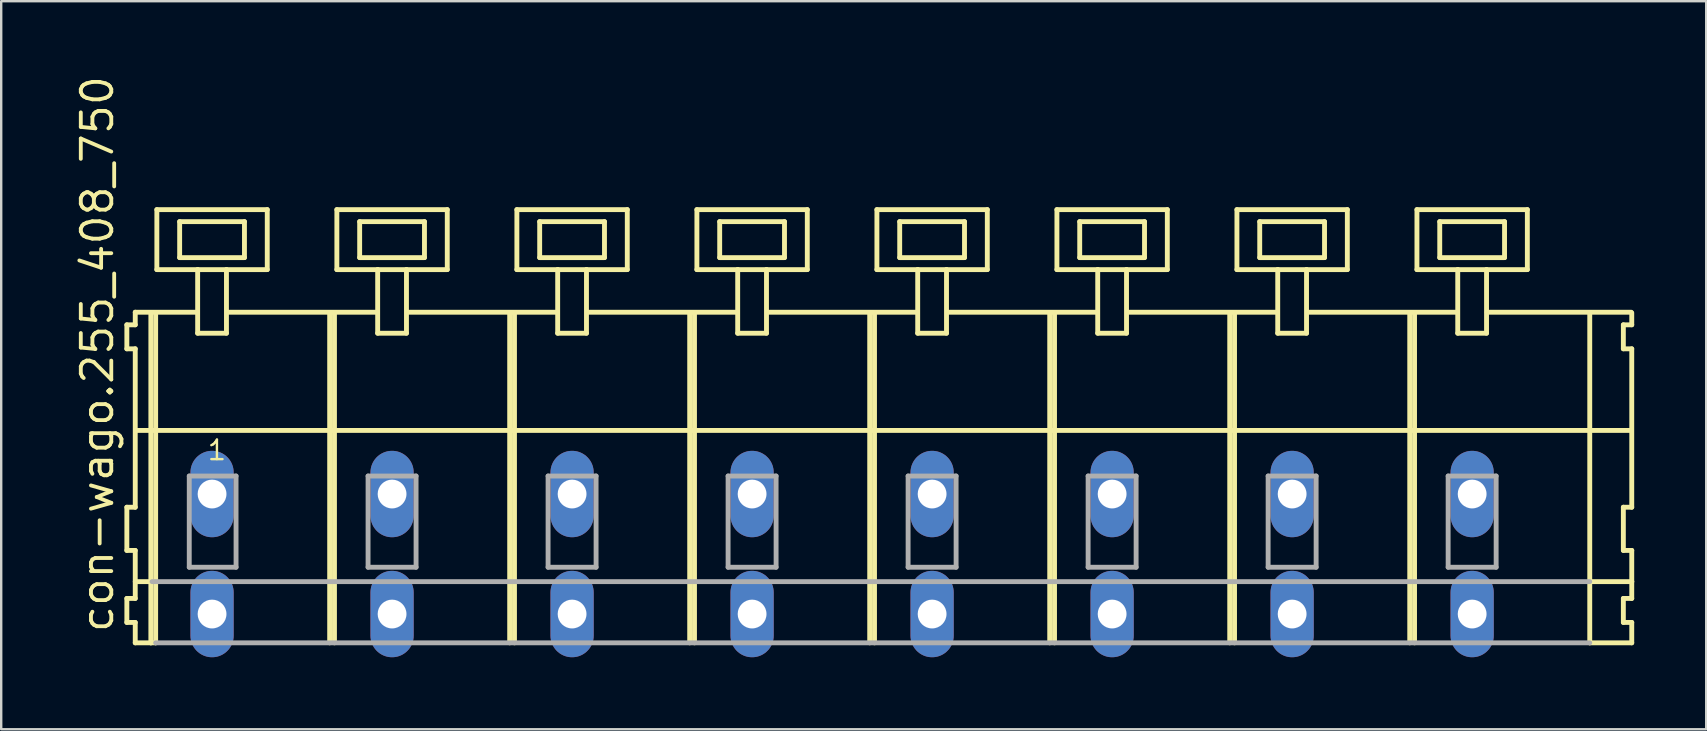
<source format=kicad_pcb>
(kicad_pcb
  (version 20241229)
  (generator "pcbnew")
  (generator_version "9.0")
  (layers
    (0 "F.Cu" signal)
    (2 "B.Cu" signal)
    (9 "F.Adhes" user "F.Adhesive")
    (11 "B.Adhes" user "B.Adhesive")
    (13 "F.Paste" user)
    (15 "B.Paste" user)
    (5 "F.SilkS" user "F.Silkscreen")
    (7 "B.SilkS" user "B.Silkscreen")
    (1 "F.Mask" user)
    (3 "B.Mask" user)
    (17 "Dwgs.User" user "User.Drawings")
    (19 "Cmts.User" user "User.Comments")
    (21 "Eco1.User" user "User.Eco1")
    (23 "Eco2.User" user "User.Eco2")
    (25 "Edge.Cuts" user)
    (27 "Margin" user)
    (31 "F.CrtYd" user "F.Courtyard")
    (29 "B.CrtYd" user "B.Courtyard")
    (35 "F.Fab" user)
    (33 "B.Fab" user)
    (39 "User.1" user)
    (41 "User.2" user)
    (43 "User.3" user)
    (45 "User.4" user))
  (footprint "con-wago.255_408_750"
    (layer "F.Cu")
    (at 33.285 17.533)
    (property "Reference" "con-wago.255_408_750" (at -31.535 5.855 90) (layer "F.SilkS") (effects (font (size 1.27 1.27) (thickness 0.16)) (justify left bottom)))
    (attr through_hole)
    (fp_line (start -31.05 -7.05) (end -31.05 -6.05) (stroke (width 0.203) (type default)) (layer "F.SilkS"))
    (fp_line (start -31.05 -6.05) (end -30.7 -6.05) (stroke (width 0.203) (type default)) (layer "F.SilkS"))
    (fp_line (start -31.05 0.55) (end -31.05 2.35) (stroke (width 0.203) (type default)) (layer "F.SilkS"))
    (fp_line (start -31.05 2.35) (end -30.7 2.35) (stroke (width 0.203) (type default)) (layer "F.SilkS"))
    (fp_line (start -31.05 4.35) (end -31.05 5.35) (stroke (width 0.203) (type default)) (layer "F.SilkS"))
    (fp_line (start -31.05 5.35) (end -30.7 5.35) (stroke (width 0.203) (type default)) (layer "F.SilkS"))
    (fp_line (start -30.7 -7.575) (end -30.7 -7.05) (stroke (width 0.203) (type default)) (layer "F.SilkS"))
    (fp_line (start -30.7 -7.575) (end -28.125 -7.575) (stroke (width 0.203) (type default)) (layer "F.SilkS"))
    (fp_line (start -30.7 -7.05) (end -31.05 -7.05) (stroke (width 0.203) (type default)) (layer "F.SilkS"))
    (fp_line (start -30.7 -6.05) (end -30.7 0.55) (stroke (width 0.203) (type default)) (layer "F.SilkS"))
    (fp_line (start -30.7 0.55) (end -31.05 0.55) (stroke (width 0.203) (type default)) (layer "F.SilkS"))
    (fp_line (start -30.7 2.35) (end -30.7 4.35) (stroke (width 0.203) (type default)) (layer "F.SilkS"))
    (fp_line (start -30.7 3.65) (end -30 3.65) (stroke (width 0.203) (type default)) (layer "F.SilkS"))
    (fp_line (start -30.7 4.35) (end -31.05 4.35) (stroke (width 0.203) (type default)) (layer "F.SilkS"))
    (fp_line (start -30.7 5.35) (end -30.7 6.2) (stroke (width 0.203) (type default)) (layer "F.SilkS"))
    (fp_line (start -30.7 6.2) (end -30.05 6.2) (stroke (width 0.203) (type default)) (layer "F.SilkS"))
    (fp_line (start -30.65 -2.65) (end 31.6 -2.65) (stroke (width 0.203) (type default)) (layer "F.SilkS"))
    (fp_line (start -30.05 -7.55) (end -30.05 6.2) (stroke (width 0.203) (type default)) (layer "F.SilkS"))
    (fp_line (start -30.05 6.2) (end -29.85 6.2) (stroke (width 0.203) (type default)) (layer "F.SilkS"))
    (fp_line (start -29.85 -7.55) (end -29.85 6.2) (stroke (width 0.203) (type default)) (layer "F.SilkS"))
    (fp_line (start -29.8 -11.85) (end -29.8 -9.35) (stroke (width 0.203) (type default)) (layer "F.SilkS"))
    (fp_line (start -29.8 -9.35) (end -28.1 -9.35) (stroke (width 0.203) (type default)) (layer "F.SilkS"))
    (fp_line (start -28.85 -11.35) (end -28.85 -9.85) (stroke (width 0.203) (type default)) (layer "F.SilkS"))
    (fp_line (start -28.85 -9.85) (end -26.15 -9.85) (stroke (width 0.203) (type default)) (layer "F.SilkS"))
    (fp_line (start -28.1 -9.35) (end -28.1 -6.7) (stroke (width 0.203) (type default)) (layer "F.SilkS"))
    (fp_line (start -28.1 -9.35) (end -26.9 -9.35) (stroke (width 0.203) (type default)) (layer "F.SilkS"))
    (fp_line (start -28.1 -6.7) (end -26.9 -6.7) (stroke (width 0.203) (type default)) (layer "F.SilkS"))
    (fp_line (start -26.9 -9.35) (end -25.2 -9.35) (stroke (width 0.203) (type default)) (layer "F.SilkS"))
    (fp_line (start -26.9 -6.7) (end -26.9 -9.35) (stroke (width 0.203) (type default)) (layer "F.SilkS"))
    (fp_line (start -26.825 -7.575) (end -20.625 -7.575) (stroke (width 0.203) (type default)) (layer "F.SilkS"))
    (fp_line (start -26.15 -11.35) (end -28.85 -11.35) (stroke (width 0.203) (type default)) (layer "F.SilkS"))
    (fp_line (start -26.15 -9.85) (end -26.15 -11.35) (stroke (width 0.203) (type default)) (layer "F.SilkS"))
    (fp_line (start -25.2 -11.85) (end -29.8 -11.85) (stroke (width 0.203) (type default)) (layer "F.SilkS"))
    (fp_line (start -25.2 -9.35) (end -25.2 -11.85) (stroke (width 0.203) (type default)) (layer "F.SilkS"))
    (fp_line (start -22.6 -7.55) (end -22.6 6.2) (stroke (width 0.203) (type default)) (layer "F.SilkS"))
    (fp_line (start -22.4 -7.55) (end -22.4 6.2) (stroke (width 0.203) (type default)) (layer "F.SilkS"))
    (fp_line (start -22.3 -11.85) (end -22.3 -9.35) (stroke (width 0.203) (type default)) (layer "F.SilkS"))
    (fp_line (start -22.3 -9.35) (end -20.6 -9.35) (stroke (width 0.203) (type default)) (layer "F.SilkS"))
    (fp_line (start -21.35 -11.35) (end -21.35 -9.85) (stroke (width 0.203) (type default)) (layer "F.SilkS"))
    (fp_line (start -21.35 -9.85) (end -18.65 -9.85) (stroke (width 0.203) (type default)) (layer "F.SilkS"))
    (fp_line (start -20.6 -9.35) (end -20.6 -6.7) (stroke (width 0.203) (type default)) (layer "F.SilkS"))
    (fp_line (start -20.6 -9.35) (end -19.4 -9.35) (stroke (width 0.203) (type default)) (layer "F.SilkS"))
    (fp_line (start -20.6 -6.7) (end -19.4 -6.7) (stroke (width 0.203) (type default)) (layer "F.SilkS"))
    (fp_line (start -19.4 -9.35) (end -17.7 -9.35) (stroke (width 0.203) (type default)) (layer "F.SilkS"))
    (fp_line (start -19.4 -6.7) (end -19.4 -9.35) (stroke (width 0.203) (type default)) (layer "F.SilkS"))
    (fp_line (start -19.325 -7.575) (end -13.125 -7.575) (stroke (width 0.203) (type default)) (layer "F.SilkS"))
    (fp_line (start -18.65 -11.35) (end -21.35 -11.35) (stroke (width 0.203) (type default)) (layer "F.SilkS"))
    (fp_line (start -18.65 -9.85) (end -18.65 -11.35) (stroke (width 0.203) (type default)) (layer "F.SilkS"))
    (fp_line (start -17.7 -11.85) (end -22.3 -11.85) (stroke (width 0.203) (type default)) (layer "F.SilkS"))
    (fp_line (start -17.7 -9.35) (end -17.7 -11.85) (stroke (width 0.203) (type default)) (layer "F.SilkS"))
    (fp_line (start -15.1 -7.55) (end -15.1 6.2) (stroke (width 0.203) (type default)) (layer "F.SilkS"))
    (fp_line (start -14.9 -7.55) (end -14.9 6.2) (stroke (width 0.203) (type default)) (layer "F.SilkS"))
    (fp_line (start -14.8 -11.85) (end -14.8 -9.35) (stroke (width 0.203) (type default)) (layer "F.SilkS"))
    (fp_line (start -14.8 -9.35) (end -13.1 -9.35) (stroke (width 0.203) (type default)) (layer "F.SilkS"))
    (fp_line (start -13.85 -11.35) (end -13.85 -9.85) (stroke (width 0.203) (type default)) (layer "F.SilkS"))
    (fp_line (start -13.85 -9.85) (end -11.15 -9.85) (stroke (width 0.203) (type default)) (layer "F.SilkS"))
    (fp_line (start -13.1 -9.35) (end -13.1 -6.7) (stroke (width 0.203) (type default)) (layer "F.SilkS"))
    (fp_line (start -13.1 -9.35) (end -11.9 -9.35) (stroke (width 0.203) (type default)) (layer "F.SilkS"))
    (fp_line (start -13.1 -6.7) (end -11.9 -6.7) (stroke (width 0.203) (type default)) (layer "F.SilkS"))
    (fp_line (start -11.9 -9.35) (end -10.2 -9.35) (stroke (width 0.203) (type default)) (layer "F.SilkS"))
    (fp_line (start -11.9 -6.7) (end -11.9 -9.35) (stroke (width 0.203) (type default)) (layer "F.SilkS"))
    (fp_line (start -11.825 -7.575) (end -5.625 -7.575) (stroke (width 0.203) (type default)) (layer "F.SilkS"))
    (fp_line (start -11.15 -11.35) (end -13.85 -11.35) (stroke (width 0.203) (type default)) (layer "F.SilkS"))
    (fp_line (start -11.15 -9.85) (end -11.15 -11.35) (stroke (width 0.203) (type default)) (layer "F.SilkS"))
    (fp_line (start -10.2 -11.85) (end -14.8 -11.85) (stroke (width 0.203) (type default)) (layer "F.SilkS"))
    (fp_line (start -10.2 -9.35) (end -10.2 -11.85) (stroke (width 0.203) (type default)) (layer "F.SilkS"))
    (fp_line (start -7.6 -7.55) (end -7.6 6.2) (stroke (width 0.203) (type default)) (layer "F.SilkS"))
    (fp_line (start -7.4 -7.55) (end -7.4 6.2) (stroke (width 0.203) (type default)) (layer "F.SilkS"))
    (fp_line (start -7.3 -11.85) (end -7.3 -9.35) (stroke (width 0.203) (type default)) (layer "F.SilkS"))
    (fp_line (start -7.3 -9.35) (end -5.6 -9.35) (stroke (width 0.203) (type default)) (layer "F.SilkS"))
    (fp_line (start -6.35 -11.35) (end -6.35 -9.85) (stroke (width 0.203) (type default)) (layer "F.SilkS"))
    (fp_line (start -6.35 -9.85) (end -3.65 -9.85) (stroke (width 0.203) (type default)) (layer "F.SilkS"))
    (fp_line (start -5.6 -9.35) (end -5.6 -6.7) (stroke (width 0.203) (type default)) (layer "F.SilkS"))
    (fp_line (start -5.6 -9.35) (end -4.4 -9.35) (stroke (width 0.203) (type default)) (layer "F.SilkS"))
    (fp_line (start -5.6 -6.7) (end -4.4 -6.7) (stroke (width 0.203) (type default)) (layer "F.SilkS"))
    (fp_line (start -4.4 -9.35) (end -2.7 -9.35) (stroke (width 0.203) (type default)) (layer "F.SilkS"))
    (fp_line (start -4.4 -6.7) (end -4.4 -9.35) (stroke (width 0.203) (type default)) (layer "F.SilkS"))
    (fp_line (start -4.325 -7.575) (end 1.875 -7.575) (stroke (width 0.203) (type default)) (layer "F.SilkS"))
    (fp_line (start -3.65 -11.35) (end -6.35 -11.35) (stroke (width 0.203) (type default)) (layer "F.SilkS"))
    (fp_line (start -3.65 -9.85) (end -3.65 -11.35) (stroke (width 0.203) (type default)) (layer "F.SilkS"))
    (fp_line (start -2.7 -11.85) (end -7.3 -11.85) (stroke (width 0.203) (type default)) (layer "F.SilkS"))
    (fp_line (start -2.7 -9.35) (end -2.7 -11.85) (stroke (width 0.203) (type default)) (layer "F.SilkS"))
    (fp_line (start -0.1 -7.55) (end -0.1 6.2) (stroke (width 0.203) (type default)) (layer "F.SilkS"))
    (fp_line (start 0.1 -7.55) (end 0.1 6.2) (stroke (width 0.203) (type default)) (layer "F.SilkS"))
    (fp_line (start 0.2 -11.85) (end 0.2 -9.35) (stroke (width 0.203) (type default)) (layer "F.SilkS"))
    (fp_line (start 0.2 -9.35) (end 1.9 -9.35) (stroke (width 0.203) (type default)) (layer "F.SilkS"))
    (fp_line (start 1.15 -11.35) (end 1.15 -9.85) (stroke (width 0.203) (type default)) (layer "F.SilkS"))
    (fp_line (start 1.15 -9.85) (end 3.85 -9.85) (stroke (width 0.203) (type default)) (layer "F.SilkS"))
    (fp_line (start 1.9 -9.35) (end 1.9 -6.7) (stroke (width 0.203) (type default)) (layer "F.SilkS"))
    (fp_line (start 1.9 -9.35) (end 3.1 -9.35) (stroke (width 0.203) (type default)) (layer "F.SilkS"))
    (fp_line (start 1.9 -6.7) (end 3.1 -6.7) (stroke (width 0.203) (type default)) (layer "F.SilkS"))
    (fp_line (start 3.1 -9.35) (end 4.8 -9.35) (stroke (width 0.203) (type default)) (layer "F.SilkS"))
    (fp_line (start 3.1 -6.7) (end 3.1 -9.35) (stroke (width 0.203) (type default)) (layer "F.SilkS"))
    (fp_line (start 3.175 -7.575) (end 9.375 -7.575) (stroke (width 0.203) (type default)) (layer "F.SilkS"))
    (fp_line (start 3.85 -11.35) (end 1.15 -11.35) (stroke (width 0.203) (type default)) (layer "F.SilkS"))
    (fp_line (start 3.85 -9.85) (end 3.85 -11.35) (stroke (width 0.203) (type default)) (layer "F.SilkS"))
    (fp_line (start 4.8 -11.85) (end 0.2 -11.85) (stroke (width 0.203) (type default)) (layer "F.SilkS"))
    (fp_line (start 4.8 -9.35) (end 4.8 -11.85) (stroke (width 0.203) (type default)) (layer "F.SilkS"))
    (fp_line (start 7.4 -7.55) (end 7.4 6.2) (stroke (width 0.203) (type default)) (layer "F.SilkS"))
    (fp_line (start 7.6 -7.55) (end 7.6 6.2) (stroke (width 0.203) (type default)) (layer "F.SilkS"))
    (fp_line (start 7.7 -11.85) (end 7.7 -9.35) (stroke (width 0.203) (type default)) (layer "F.SilkS"))
    (fp_line (start 7.7 -9.35) (end 9.4 -9.35) (stroke (width 0.203) (type default)) (layer "F.SilkS"))
    (fp_line (start 8.65 -11.35) (end 8.65 -9.85) (stroke (width 0.203) (type default)) (layer "F.SilkS"))
    (fp_line (start 8.65 -9.85) (end 11.35 -9.85) (stroke (width 0.203) (type default)) (layer "F.SilkS"))
    (fp_line (start 9.4 -9.35) (end 9.4 -6.7) (stroke (width 0.203) (type default)) (layer "F.SilkS"))
    (fp_line (start 9.4 -9.35) (end 10.6 -9.35) (stroke (width 0.203) (type default)) (layer "F.SilkS"))
    (fp_line (start 9.4 -6.7) (end 10.6 -6.7) (stroke (width 0.203) (type default)) (layer "F.SilkS"))
    (fp_line (start 10.6 -9.35) (end 12.3 -9.35) (stroke (width 0.203) (type default)) (layer "F.SilkS"))
    (fp_line (start 10.6 -6.7) (end 10.6 -9.35) (stroke (width 0.203) (type default)) (layer "F.SilkS"))
    (fp_line (start 10.675 -7.575) (end 16.875 -7.575) (stroke (width 0.203) (type default)) (layer "F.SilkS"))
    (fp_line (start 11.35 -11.35) (end 8.65 -11.35) (stroke (width 0.203) (type default)) (layer "F.SilkS"))
    (fp_line (start 11.35 -9.85) (end 11.35 -11.35) (stroke (width 0.203) (type default)) (layer "F.SilkS"))
    (fp_line (start 12.3 -11.85) (end 7.7 -11.85) (stroke (width 0.203) (type default)) (layer "F.SilkS"))
    (fp_line (start 12.3 -9.35) (end 12.3 -11.85) (stroke (width 0.203) (type default)) (layer "F.SilkS"))
    (fp_line (start 14.9 -7.55) (end 14.9 6.2) (stroke (width 0.203) (type default)) (layer "F.SilkS"))
    (fp_line (start 15.1 -7.55) (end 15.1 6.2) (stroke (width 0.203) (type default)) (layer "F.SilkS"))
    (fp_line (start 15.2 -11.85) (end 15.2 -9.35) (stroke (width 0.203) (type default)) (layer "F.SilkS"))
    (fp_line (start 15.2 -9.35) (end 16.9 -9.35) (stroke (width 0.203) (type default)) (layer "F.SilkS"))
    (fp_line (start 16.15 -11.35) (end 16.15 -9.85) (stroke (width 0.203) (type default)) (layer "F.SilkS"))
    (fp_line (start 16.15 -9.85) (end 18.85 -9.85) (stroke (width 0.203) (type default)) (layer "F.SilkS"))
    (fp_line (start 16.9 -9.35) (end 16.9 -6.7) (stroke (width 0.203) (type default)) (layer "F.SilkS"))
    (fp_line (start 16.9 -9.35) (end 18.1 -9.35) (stroke (width 0.203) (type default)) (layer "F.SilkS"))
    (fp_line (start 16.9 -6.7) (end 18.1 -6.7) (stroke (width 0.203) (type default)) (layer "F.SilkS"))
    (fp_line (start 18.1 -9.35) (end 19.8 -9.35) (stroke (width 0.203) (type default)) (layer "F.SilkS"))
    (fp_line (start 18.1 -6.7) (end 18.1 -9.35) (stroke (width 0.203) (type default)) (layer "F.SilkS"))
    (fp_line (start 18.175 -7.575) (end 24.375 -7.575) (stroke (width 0.203) (type default)) (layer "F.SilkS"))
    (fp_line (start 18.85 -11.35) (end 16.15 -11.35) (stroke (width 0.203) (type default)) (layer "F.SilkS"))
    (fp_line (start 18.85 -9.85) (end 18.85 -11.35) (stroke (width 0.203) (type default)) (layer "F.SilkS"))
    (fp_line (start 19.8 -11.85) (end 15.2 -11.85) (stroke (width 0.203) (type default)) (layer "F.SilkS"))
    (fp_line (start 19.8 -9.35) (end 19.8 -11.85) (stroke (width 0.203) (type default)) (layer "F.SilkS"))
    (fp_line (start 22.4 -7.55) (end 22.4 6.2) (stroke (width 0.203) (type default)) (layer "F.SilkS"))
    (fp_line (start 22.6 -7.55) (end 22.6 6.2) (stroke (width 0.203) (type default)) (layer "F.SilkS"))
    (fp_line (start 22.7 -11.85) (end 22.7 -9.35) (stroke (width 0.203) (type default)) (layer "F.SilkS"))
    (fp_line (start 22.7 -9.35) (end 24.4 -9.35) (stroke (width 0.203) (type default)) (layer "F.SilkS"))
    (fp_line (start 23.65 -11.35) (end 23.65 -9.85) (stroke (width 0.203) (type default)) (layer "F.SilkS"))
    (fp_line (start 23.65 -9.85) (end 26.35 -9.85) (stroke (width 0.203) (type default)) (layer "F.SilkS"))
    (fp_line (start 24.4 -9.35) (end 24.4 -6.7) (stroke (width 0.203) (type default)) (layer "F.SilkS"))
    (fp_line (start 24.4 -9.35) (end 25.6 -9.35) (stroke (width 0.203) (type default)) (layer "F.SilkS"))
    (fp_line (start 24.4 -6.7) (end 25.6 -6.7) (stroke (width 0.203) (type default)) (layer "F.SilkS"))
    (fp_line (start 25.6 -9.35) (end 27.3 -9.35) (stroke (width 0.203) (type default)) (layer "F.SilkS"))
    (fp_line (start 25.6 -6.7) (end 25.6 -9.35) (stroke (width 0.203) (type default)) (layer "F.SilkS"))
    (fp_line (start 25.625 -7.575) (end 31.625 -7.575) (stroke (width 0.203) (type default)) (layer "F.SilkS"))
    (fp_line (start 26.35 -11.35) (end 23.65 -11.35) (stroke (width 0.203) (type default)) (layer "F.SilkS"))
    (fp_line (start 26.35 -9.85) (end 26.35 -11.35) (stroke (width 0.203) (type default)) (layer "F.SilkS"))
    (fp_line (start 27.3 -11.85) (end 22.7 -11.85) (stroke (width 0.203) (type default)) (layer "F.SilkS"))
    (fp_line (start 27.3 -9.35) (end 27.3 -11.85) (stroke (width 0.203) (type default)) (layer "F.SilkS"))
    (fp_line (start 29.9 -7.55) (end 29.9 6.2) (stroke (width 0.203) (type default)) (layer "F.SilkS"))
    (fp_line (start 29.9 6.2) (end 31.65 6.2) (stroke (width 0.203) (type default)) (layer "F.SilkS"))
    (fp_line (start 29.95 3.65) (end 31.65 3.65) (stroke (width 0.203) (type default)) (layer "F.SilkS"))
    (fp_line (start 31.3 -7.05) (end 31.3 -6.05) (stroke (width 0.203) (type default)) (layer "F.SilkS"))
    (fp_line (start 31.3 -6.05) (end 31.65 -6.05) (stroke (width 0.203) (type default)) (layer "F.SilkS"))
    (fp_line (start 31.3 0.55) (end 31.3 2.35) (stroke (width 0.203) (type default)) (layer "F.SilkS"))
    (fp_line (start 31.3 2.35) (end 31.65 2.35) (stroke (width 0.203) (type default)) (layer "F.SilkS"))
    (fp_line (start 31.3 4.35) (end 31.3 5.35) (stroke (width 0.203) (type default)) (layer "F.SilkS"))
    (fp_line (start 31.3 5.35) (end 31.65 5.35) (stroke (width 0.203) (type default)) (layer "F.SilkS"))
    (fp_line (start 31.65 -7.05) (end 31.3 -7.05) (stroke (width 0.203) (type default)) (layer "F.SilkS"))
    (fp_line (start 31.65 -7.05) (end 31.65 -7.55) (stroke (width 0.203) (type default)) (layer "F.SilkS"))
    (fp_line (start 31.65 0.55) (end 31.3 0.55) (stroke (width 0.203) (type default)) (layer "F.SilkS"))
    (fp_line (start 31.65 0.55) (end 31.65 -6.05) (stroke (width 0.203) (type default)) (layer "F.SilkS"))
    (fp_line (start 31.65 3.65) (end 31.65 2.35) (stroke (width 0.203) (type default)) (layer "F.SilkS"))
    (fp_line (start 31.65 4.35) (end 31.3 4.35) (stroke (width 0.203) (type default)) (layer "F.SilkS"))
    (fp_line (start 31.65 4.35) (end 31.65 3.65) (stroke (width 0.203) (type default)) (layer "F.SilkS"))
    (fp_line (start 31.65 6.2) (end 31.65 5.35) (stroke (width 0.203) (type default)) (layer "F.SilkS"))
    (fp_line (start -30 3.65) (end 29.9 3.65) (stroke (width 0.203) (type default)) (layer "F.Fab"))
    (fp_line (start -29.85 6.2) (end 29.9 6.2) (stroke (width 0.203) (type default)) (layer "F.Fab"))
    (fp_line (start -28.45 -0.75) (end -28.45 3.05) (stroke (width 0.203) (type default)) (layer "F.Fab"))
    (fp_line (start -28.45 3.05) (end -26.5 3.05) (stroke (width 0.203) (type default)) (layer "F.Fab"))
    (fp_line (start -26.5 -0.75) (end -28.45 -0.75) (stroke (width 0.203) (type default)) (layer "F.Fab"))
    (fp_line (start -26.5 3.05) (end -26.5 -0.75) (stroke (width 0.203) (type default)) (layer "F.Fab"))
    (fp_line (start -21 -0.75) (end -21 3.05) (stroke (width 0.203) (type default)) (layer "F.Fab"))
    (fp_line (start -21 3.05) (end -19 3.05) (stroke (width 0.203) (type default)) (layer "F.Fab"))
    (fp_line (start -19 -0.75) (end -21 -0.75) (stroke (width 0.203) (type default)) (layer "F.Fab"))
    (fp_line (start -19 3.05) (end -19 -0.75) (stroke (width 0.203) (type default)) (layer "F.Fab"))
    (fp_line (start -13.5 -0.75) (end -13.5 3.05) (stroke (width 0.203) (type default)) (layer "F.Fab"))
    (fp_line (start -13.5 3.05) (end -11.5 3.05) (stroke (width 0.203) (type default)) (layer "F.Fab"))
    (fp_line (start -11.5 -0.75) (end -13.5 -0.75) (stroke (width 0.203) (type default)) (layer "F.Fab"))
    (fp_line (start -11.5 3.05) (end -11.5 -0.75) (stroke (width 0.203) (type default)) (layer "F.Fab"))
    (fp_line (start -6 -0.75) (end -6 3.05) (stroke (width 0.203) (type default)) (layer "F.Fab"))
    (fp_line (start -6 3.05) (end -4 3.05) (stroke (width 0.203) (type default)) (layer "F.Fab"))
    (fp_line (start -4 -0.75) (end -6 -0.75) (stroke (width 0.203) (type default)) (layer "F.Fab"))
    (fp_line (start -4 3.05) (end -4 -0.75) (stroke (width 0.203) (type default)) (layer "F.Fab"))
    (fp_line (start 1.5 -0.75) (end 1.5 3.05) (stroke (width 0.203) (type default)) (layer "F.Fab"))
    (fp_line (start 1.5 3.05) (end 3.5 3.05) (stroke (width 0.203) (type default)) (layer "F.Fab"))
    (fp_line (start 3.5 -0.75) (end 1.5 -0.75) (stroke (width 0.203) (type default)) (layer "F.Fab"))
    (fp_line (start 3.5 3.05) (end 3.5 -0.75) (stroke (width 0.203) (type default)) (layer "F.Fab"))
    (fp_line (start 9 -0.75) (end 9 3.05) (stroke (width 0.203) (type default)) (layer "F.Fab"))
    (fp_line (start 9 3.05) (end 11 3.05) (stroke (width 0.203) (type default)) (layer "F.Fab"))
    (fp_line (start 11 -0.75) (end 9 -0.75) (stroke (width 0.203) (type default)) (layer "F.Fab"))
    (fp_line (start 11 3.05) (end 11 -0.75) (stroke (width 0.203) (type default)) (layer "F.Fab"))
    (fp_line (start 16.5 -0.75) (end 16.5 3.05) (stroke (width 0.203) (type default)) (layer "F.Fab"))
    (fp_line (start 16.5 3.05) (end 18.5 3.05) (stroke (width 0.203) (type default)) (layer "F.Fab"))
    (fp_line (start 18.5 -0.75) (end 16.5 -0.75) (stroke (width 0.203) (type default)) (layer "F.Fab"))
    (fp_line (start 18.5 3.05) (end 18.5 -0.75) (stroke (width 0.203) (type default)) (layer "F.Fab"))
    (fp_line (start 24 -0.75) (end 24 3.05) (stroke (width 0.203) (type default)) (layer "F.Fab"))
    (fp_line (start 24 3.05) (end 26 3.05) (stroke (width 0.203) (type default)) (layer "F.Fab"))
    (fp_line (start 26 -0.75) (end 24 -0.75) (stroke (width 0.203) (type default)) (layer "F.Fab"))
    (fp_line (start 26 3.05) (end 26 -0.75) (stroke (width 0.203) (type default)) (layer "F.Fab"))
    (fp_text user "1" (at -27.75 -1.35 0) (layer "F.SilkS") (effects (font (size 0.813 0.813) (thickness 0.1)) (justify left bottom)))
    (pad "A1" thru_hole oval (at -27.5 0 90) (size 3.6 1.8) (drill 1.2) (layers "*.Cu" "*.Mask"))
    (pad "A2" thru_hole oval (at -20 0 90) (size 3.6 1.8) (drill 1.2) (layers "*.Cu" "*.Mask"))
    (pad "A3" thru_hole oval (at -12.5 0 90) (size 3.6 1.8) (drill 1.2) (layers "*.Cu" "*.Mask"))
    (pad "A4" thru_hole oval (at -5 0 90) (size 3.6 1.8) (drill 1.2) (layers "*.Cu" "*.Mask"))
    (pad "A5" thru_hole oval (at 2.5 0 90) (size 3.6 1.8) (drill 1.2) (layers "*.Cu" "*.Mask"))
    (pad "A6" thru_hole oval (at 10 0 90) (size 3.6 1.8) (drill 1.2) (layers "*.Cu" "*.Mask"))
    (pad "A7" thru_hole oval (at 17.5 0 90) (size 3.6 1.8) (drill 1.2) (layers "*.Cu" "*.Mask"))
    (pad "A8" thru_hole oval (at 25 0 90) (size 3.6 1.8) (drill 1.2) (layers "*.Cu" "*.Mask"))
    (pad "B1" thru_hole oval (at -27.5 5 90) (size 3.6 1.8) (drill 1.2) (layers "*.Cu" "*.Mask"))
    (pad "B2" thru_hole oval (at -20 5 90) (size 3.6 1.8) (drill 1.2) (layers "*.Cu" "*.Mask"))
    (pad "B3" thru_hole oval (at -12.5 5 90) (size 3.6 1.8) (drill 1.2) (layers "*.Cu" "*.Mask"))
    (pad "B4" thru_hole oval (at -5 5 90) (size 3.6 1.8) (drill 1.2) (layers "*.Cu" "*.Mask"))
    (pad "B5" thru_hole oval (at 2.5 5 90) (size 3.6 1.8) (drill 1.2) (layers "*.Cu" "*.Mask"))
    (pad "B6" thru_hole oval (at 10 5 90) (size 3.6 1.8) (drill 1.2) (layers "*.Cu" "*.Mask"))
    (pad "B7" thru_hole oval (at 17.5 5 90) (size 3.6 1.8) (drill 1.2) (layers "*.Cu" "*.Mask"))
    (pad "B8" thru_hole oval (at 25 5 90) (size 3.6 1.8) (drill 1.2) (layers "*.Cu" "*.Mask")))
  (gr_rect
    (start -3 -3)
    (end 68.037 27.333)
    (stroke (width 0.1) (type default))
    (fill no)
    (layer "Edge.Cuts")))
</source>
